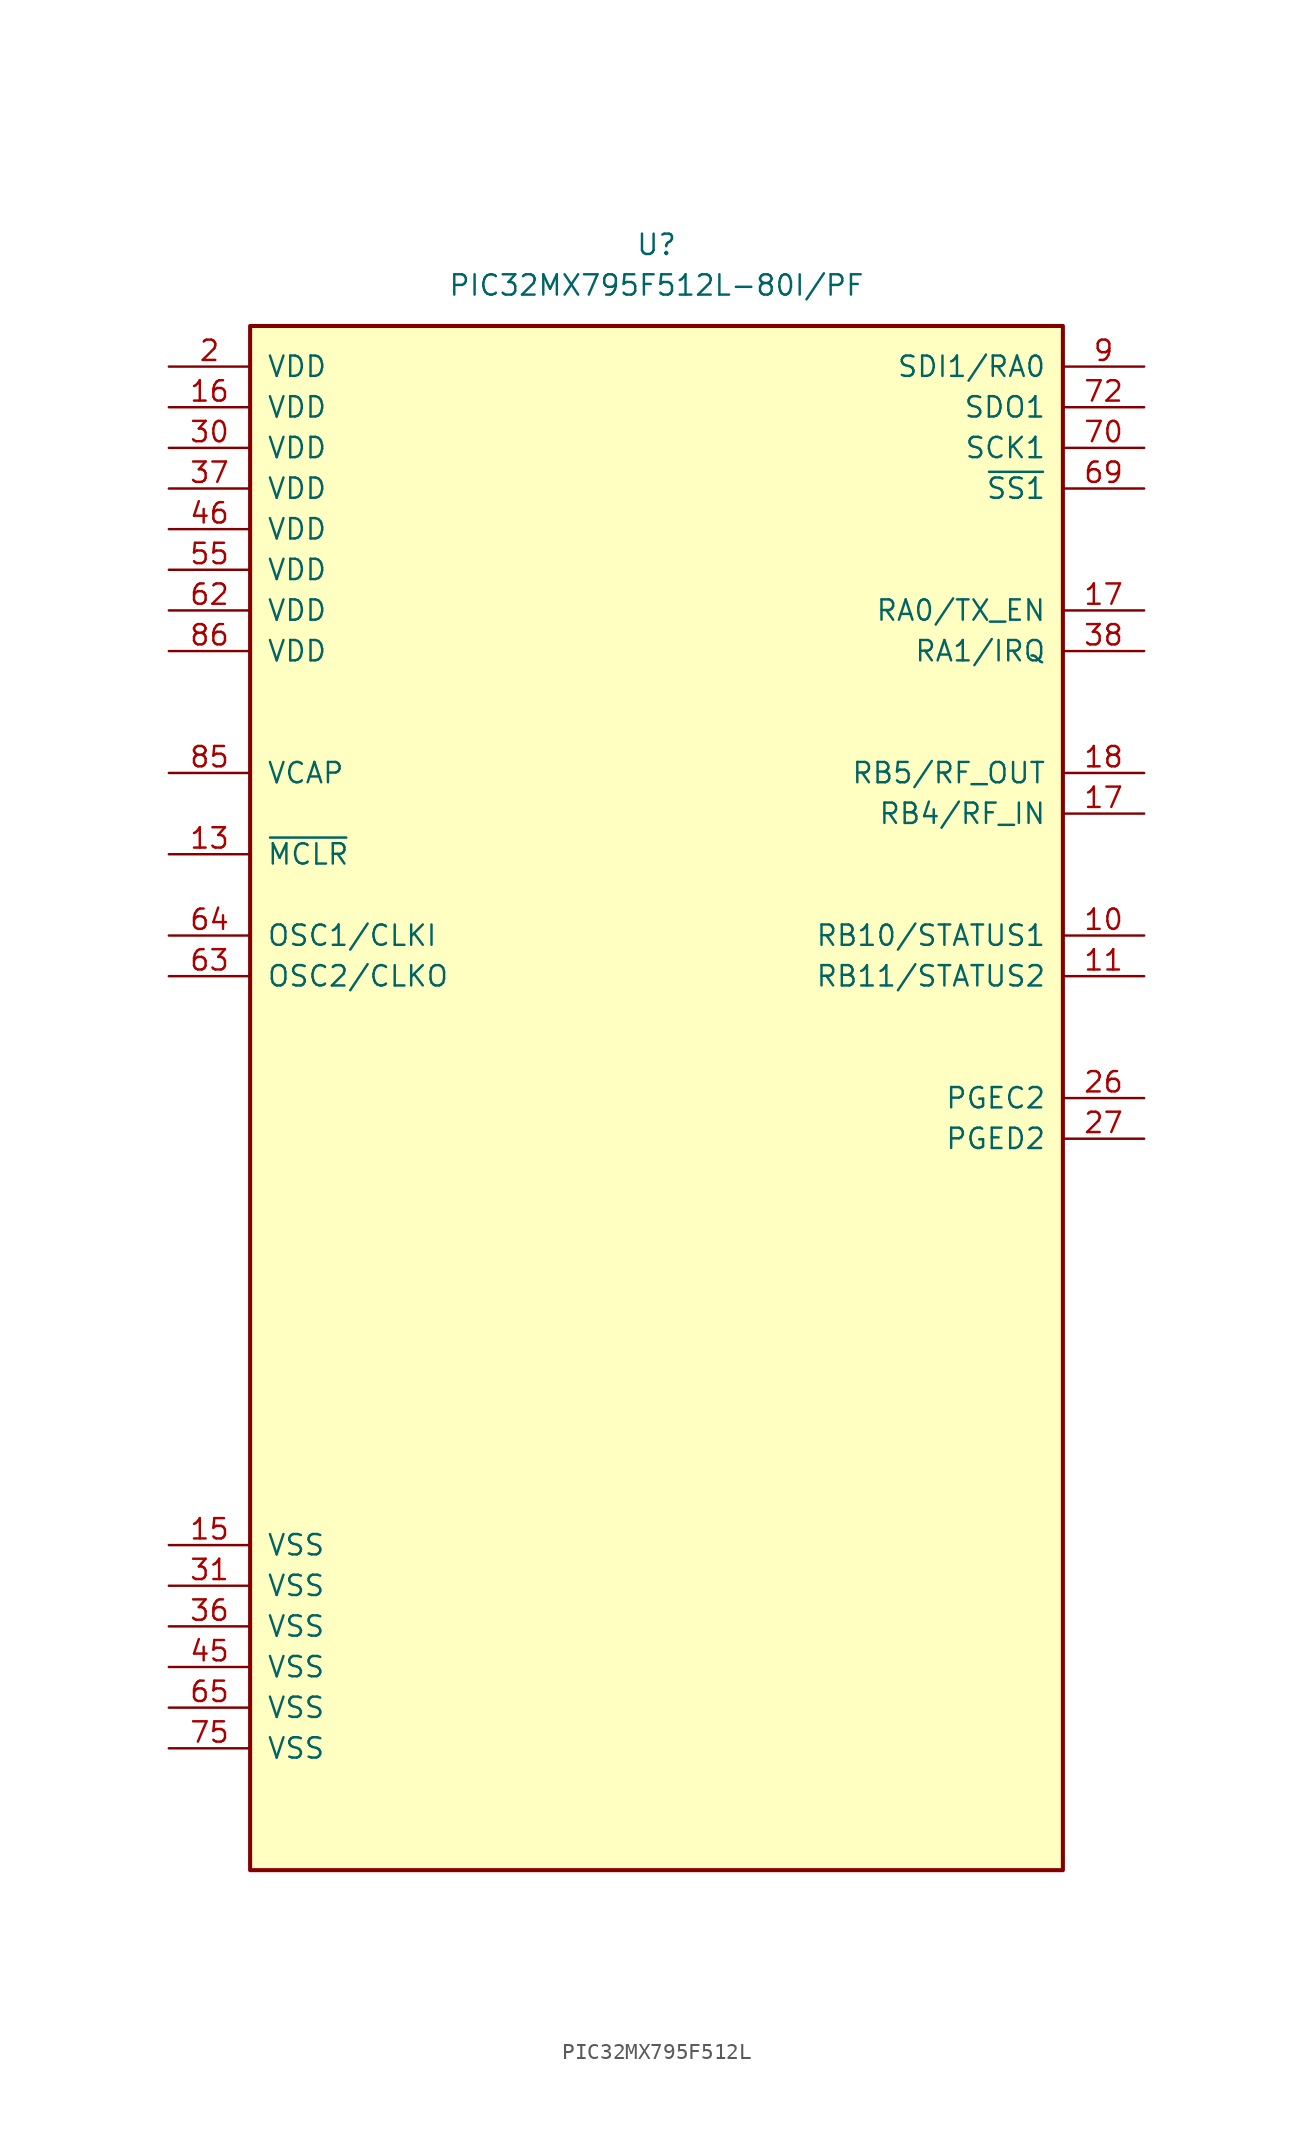
<source format=kicad_sym>
(kicad_symbol_lib
  (version 20231120)
  (generator "kicad_symbol_editor")
  (generator_version "9.0")
  (symbol "PIC32MX795F512L"
    (pin_names
      (offset 1.016))
    (property "Reference" "U"
      (at 0 53.34 0)
      (effects (font (size 1.27 1.27))))
    (property "Value" "PIC32MX795F512L-80I/PF"
      (at 0 50.8 0)
      (effects (font (size 1.27 1.27))))
    (symbol "PIC32MX795F512L_0_1"
      (rectangle (start -25.4 48.26) (end 25.4 -48.26) (stroke (width 0.254) (type default)) (fill (type background))))
    (symbol "PIC32MX795F512L_1_1"
      (pin power_in line (at -30.48 45.72 0) (length 5.08) (name "VDD" (effects (font (size 1.27 1.27)))) (number "2" (effects (font (size 1.27 1.27)))))
      (pin power_in line (at -30.48 43.18 0) (length 5.08) (name "VDD" (effects (font (size 1.27 1.27)))) (number "16" (effects (font (size 1.27 1.27)))))
      (pin power_in line (at -30.48 40.64 0) (length 5.08) (name "VDD" (effects (font (size 1.27 1.27)))) (number "30" (effects (font (size 1.27 1.27)))))
      (pin power_in line (at -30.48 38.1 0) (length 5.08) (name "VDD" (effects (font (size 1.27 1.27)))) (number "37" (effects (font (size 1.27 1.27)))))
      (pin power_in line (at -30.48 35.56 0) (length 5.08) (name "VDD" (effects (font (size 1.27 1.27)))) (number "46" (effects (font (size 1.27 1.27)))))
      (pin power_in line (at -30.48 33.02 0) (length 5.08) (name "VDD" (effects (font (size 1.27 1.27)))) (number "55" (effects (font (size 1.27 1.27)))))
      (pin power_in line (at -30.48 30.48 0) (length 5.08) (name "VDD" (effects (font (size 1.27 1.27)))) (number "62" (effects (font (size 1.27 1.27)))))
      (pin power_in line (at -30.48 27.94 0) (length 5.08) (name "VDD" (effects (font (size 1.27 1.27)))) (number "86" (effects (font (size 1.27 1.27)))))
      (pin power_in line (at -30.48 -27.94 0) (length 5.08) (name "VSS" (effects (font (size 1.27 1.27)))) (number "15" (effects (font (size 1.27 1.27)))))
      (pin power_in line (at -30.48 -30.48 0) (length 5.08) (name "VSS" (effects (font (size 1.27 1.27)))) (number "31" (effects (font (size 1.27 1.27)))))
      (pin power_in line (at -30.48 -33.02 0) (length 5.08) (name "VSS" (effects (font (size 1.27 1.27)))) (number "36" (effects (font (size 1.27 1.27)))))
      (pin power_in line (at -30.48 -35.56 0) (length 5.08) (name "VSS" (effects (font (size 1.27 1.27)))) (number "45" (effects (font (size 1.27 1.27)))))
      (pin power_in line (at -30.48 -38.1 0) (length 5.08) (name "VSS" (effects (font (size 1.27 1.27)))) (number "65" (effects (font (size 1.27 1.27)))))
      (pin power_in line (at -30.48 -40.64 0) (length 5.08) (name "VSS" (effects (font (size 1.27 1.27)))) (number "75" (effects (font (size 1.27 1.27)))))
      (pin passive line (at -30.48 20.32 0) (length 5.08) (name "VCAP" (effects (font (size 1.27 1.27)))) (number "85" (effects (font (size 1.27 1.27)))))
      (pin input line (at -30.48 15.24 0) (length 5.08) (name "~{MCLR}" (effects (font (size 1.27 1.27)))) (number "13" (effects (font (size 1.27 1.27)))))
      (pin input line (at -30.48 10.16 0) (length 5.08) (name "OSC1/CLKI" (effects (font (size 1.27 1.27)))) (number "64" (effects (font (size 1.27 1.27)))))
      (pin output line (at -30.48 7.62 0) (length 5.08) (name "OSC2/CLKO" (effects (font (size 1.27 1.27)))) (number "63" (effects (font (size 1.27 1.27)))))
      (pin bidirectional line (at 30.48 45.72 180) (length 5.08) (name "SDI1/RA0" (effects (font (size 1.27 1.27)))) (number "9" (effects (font (size 1.27 1.27)))))
      (pin bidirectional line (at 30.48 43.18 180) (length 5.08) (name "SDO1" (effects (font (size 1.27 1.27)))) (number "72" (effects (font (size 1.27 1.27)))))
      (pin bidirectional line (at 30.48 40.64 180) (length 5.08) (name "SCK1" (effects (font (size 1.27 1.27)))) (number "70" (effects (font (size 1.27 1.27)))))
      (pin bidirectional line (at 30.48 38.1 180) (length 5.08) (name "~{SS1}" (effects (font (size 1.27 1.27)))) (number "69" (effects (font (size 1.27 1.27)))))
      (pin bidirectional line (at 30.48 30.48 180) (length 5.08) (name "RA0/TX_EN" (effects (font (size 1.27 1.27)))) (number "17" (effects (font (size 1.27 1.27)))))
      (pin bidirectional line (at 30.48 27.94 180) (length 5.08) (name "RA1/IRQ" (effects (font (size 1.27 1.27)))) (number "38" (effects (font (size 1.27 1.27)))))
      (pin bidirectional line (at 30.48 20.32 180) (length 5.08) (name "RB5/RF_OUT" (effects (font (size 1.27 1.27)))) (number "18" (effects (font (size 1.27 1.27)))))
      (pin bidirectional line (at 30.48 17.78 180) (length 5.08) (name "RB4/RF_IN" (effects (font (size 1.27 1.27)))) (number "17" (effects (font (size 1.27 1.27)))))
      (pin bidirectional line (at 30.48 10.16 180) (length 5.08) (name "RB10/STATUS1" (effects (font (size 1.27 1.27)))) (number "10" (effects (font (size 1.27 1.27)))))
      (pin bidirectional line (at 30.48 7.62 180) (length 5.08) (name "RB11/STATUS2" (effects (font (size 1.27 1.27)))) (number "11" (effects (font (size 1.27 1.27)))))
      (pin bidirectional line (at 30.48 0 180) (length 5.08) (name "PGEC2" (effects (font (size 1.27 1.27)))) (number "26" (effects (font (size 1.27 1.27)))))
      (pin bidirectional line (at 30.48 -2.54 180) (length 5.08) (name "PGED2" (effects (font (size 1.27 1.27)))) (number "27" (effects (font (size 1.27 1.27))))))))
</source>
